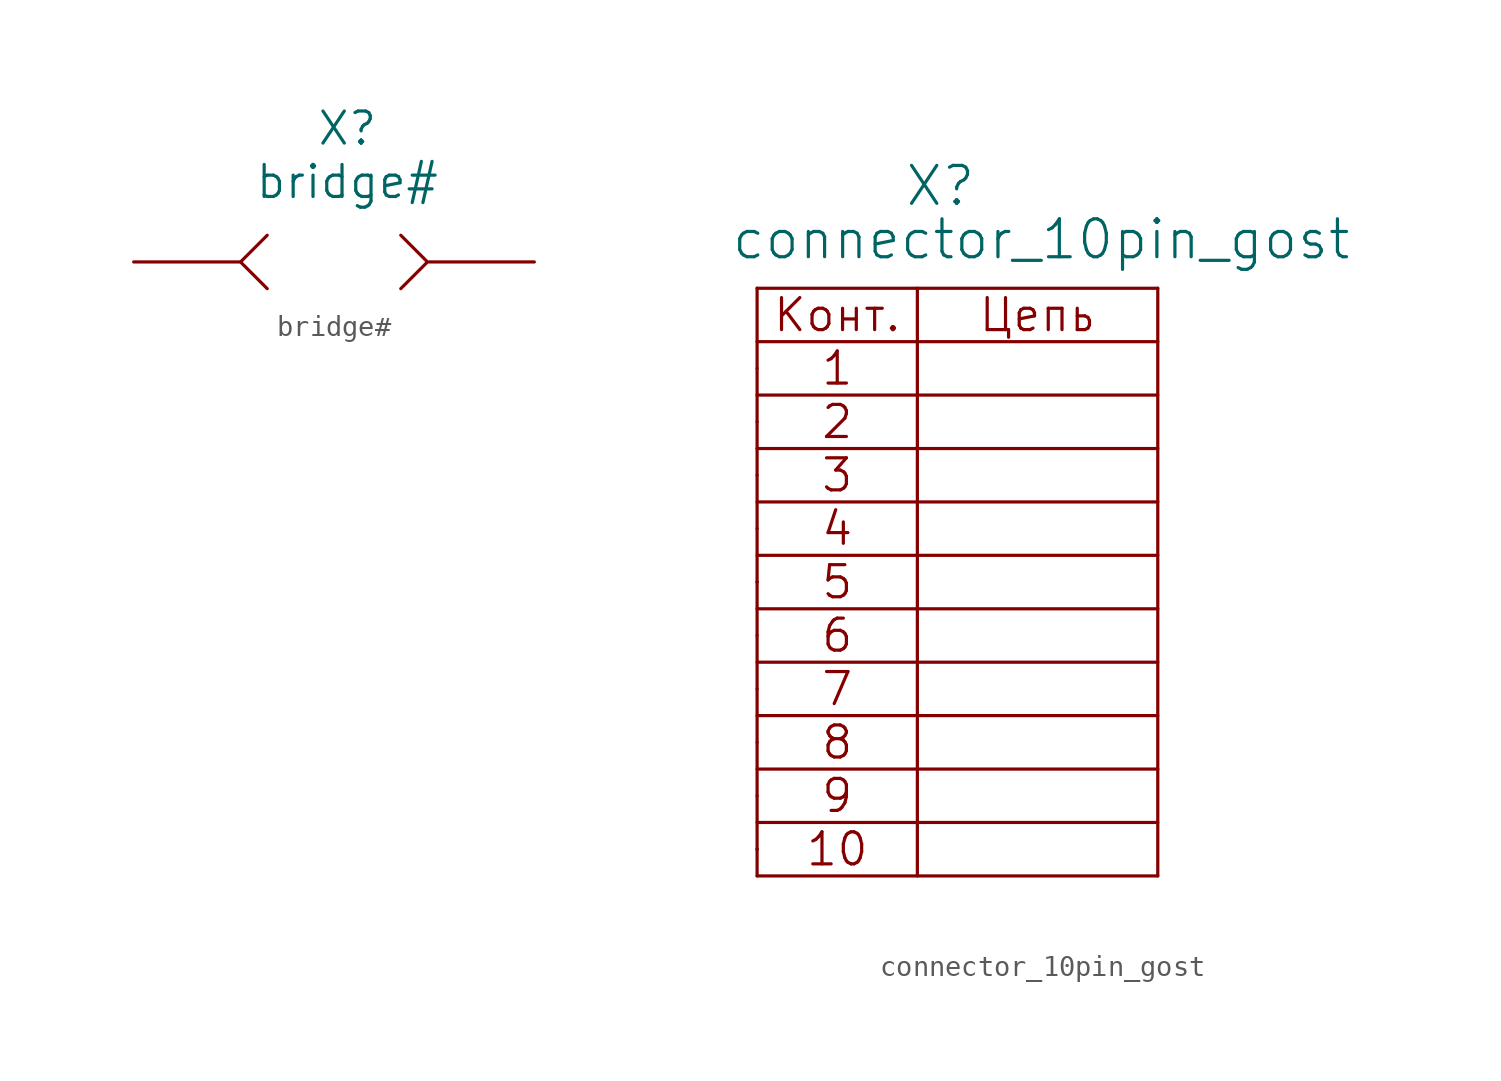
<source format=kicad_sym>
(kicad_symbol_lib
  (version 20211014)
  (generator kicad_symbol_editor)
  (symbol "bridge#"
    (pin_numbers hide)
    (pin_names
      (offset 1.016))
    (property "Reference" "X"
      (at 10.16 6.35 0)
      (effects (font (size 1.524 1.524))))
    (property "Value" "bridge#"
      (at 10.16 3.81 0)
      (effects (font (size 1.524 1.524))))
    (property "Footprint" ""
      (at 0 0 0)
      (effects (font (size 1.524 1.524))))
    (property "Datasheet" ""
      (at 0 0 0)
      (effects (font (size 1.524 1.524))))
    (symbol "bridge#_0_1"
      (polyline (pts (xy 5.08 0) (xy 6.35 -1.27)) (stroke (width 0) (type default) (color 0 0 0 0)) (fill (type none)))
      (polyline (pts (xy 5.08 0) (xy 6.35 1.27) (xy 6.35 1.27)) (stroke (width 0) (type default) (color 0 0 0 0)) (fill (type none)))
      (polyline (pts (xy 12.7 1.27) (xy 13.97 0) (xy 12.7 -1.27)) (stroke (width 0) (type default) (color 0 0 0 0)) (fill (type none))))
    (symbol "bridge#_1_1"
      (pin passive line (at 0 0 0) (length 5.004) (name "~" (effects (font (size 1.27 1.27)))) (number "1" (effects (font (size 1.27 1.27)))))
      (pin passive line (at 19.05 0 180) (length 5.004) (name "~" (effects (font (size 1.27 1.27)))) (number "2" (effects (font (size 1.27 1.27)))))))
  (symbol "connector_10pin_gost"
    (pin_numbers hide)
    (pin_names
      (offset 1.016) hide)
    (property "Reference" "X"
      (at 6.985 7.62 0)
      (effects (font (size 1.803 1.803)) (justify left bottom)))
    (property "Value" "connector_10pin_gost"
      (at -1.27 5.08 0)
      (effects (font (size 1.803 1.803)) (justify left bottom)))
    (property "Datasheet" ""
      (at 0 0 0)
      (effects (font (size 1.524 1.524))))
    (symbol "connector_10pin_gost_0_0"
      (polyline (pts (xy 0 -24.13) (xy 19.05 -24.13)) (stroke (width 0) (type default) (color 0 0 0 0)) (fill (type none)))
      (polyline (pts (xy 0 -22.86) (xy 0 -22.86)) (stroke (width 0) (type default) (color 0 0 0 0)) (fill (type none)))
      (polyline (pts (xy 0 -21.59) (xy 19.05 -21.59)) (stroke (width 0) (type default) (color 0 0 0 0)) (fill (type none)))
      (polyline (pts (xy 0 -19.05) (xy 19.05 -19.05)) (stroke (width 0) (type default) (color 0 0 0 0)) (fill (type none)))
      (polyline (pts (xy 0 -16.51) (xy 19.05 -16.51)) (stroke (width 0) (type default) (color 0 0 0 0)) (fill (type none)))
      (polyline (pts (xy 0 -11.43) (xy 19.05 -11.43)) (stroke (width 0) (type default) (color 0 0 0 0)) (fill (type none)))
      (polyline (pts (xy 0 -10.16) (xy 0 -10.16)) (stroke (width 0) (type default) (color 0 0 0 0)) (fill (type none)))
      (polyline (pts (xy 0 -8.89) (xy 19.05 -8.89)) (stroke (width 0) (type default) (color 0 0 0 0)) (fill (type none)))
      (polyline (pts (xy 0 -6.35) (xy 19.05 -6.35)) (stroke (width 0) (type default) (color 0 0 0 0)) (fill (type none)))
      (polyline (pts (xy 0 -3.81) (xy 19.05 -3.81)) (stroke (width 0) (type default) (color 0 0 0 0)) (fill (type none)))
      (polyline (pts (xy 0 1.27) (xy 19.05 1.27)) (stroke (width 0) (type default) (color 0 0 0 0)) (fill (type none)))
      (polyline (pts (xy 19.05 -13.97) (xy 0 -13.97)) (stroke (width 0) (type default) (color 0 0 0 0)) (fill (type none)))
      (polyline (pts (xy 19.05 -1.27) (xy 0 -1.27)) (stroke (width 0) (type default) (color 0 0 0 0)) (fill (type none)))
      (text "1" (at 3.81 0 0) (effects (font (size 1.524 1.524))))
      (text "10" (at 3.81 -22.86 0) (effects (font (size 1.524 1.524))))
      (text "2" (at 3.81 -2.54 0) (effects (font (size 1.524 1.524))))
      (text "3" (at 3.81 -5.08 0) (effects (font (size 1.524 1.524))))
      (text "4" (at 3.81 -7.62 0) (effects (font (size 1.524 1.524))))
      (text "5" (at 3.81 -10.16 0) (effects (font (size 1.524 1.524))))
      (text "6" (at 3.81 -12.7 0) (effects (font (size 1.524 1.524))))
      (text "7" (at 3.81 -15.24 0) (effects (font (size 1.524 1.524))))
      (text "8" (at 3.81 -17.78 0) (effects (font (size 1.524 1.524))))
      (text "9" (at 3.81 -20.32 0) (effects (font (size 1.524 1.524))))
      (text "Конт." (at 3.81 2.54 0) (effects (font (size 1.524 1.524))))
      (text "Цепь" (at 13.335 2.54 0) (effects (font (size 1.524 1.524)))))
    (symbol "connector_10pin_gost_0_1"
      (polyline (pts (xy 0 3.81) (xy 0 -24.13)) (stroke (width 0) (type default) (color 0 0 0 0)) (fill (type none)))
      (polyline (pts (xy 0 3.81) (xy 19.05 3.81)) (stroke (width 0) (type default) (color 0 0 0 0)) (fill (type none)))
      (polyline (pts (xy 7.62 3.81) (xy 7.62 -24.13)) (stroke (width 0) (type default) (color 0 0 0 0)) (fill (type none)))
      (polyline (pts (xy 19.05 3.81) (xy 19.05 -24.13)) (stroke (width 0) (type default) (color 0 0 0 0)) (fill (type none))))
    (symbol "connector_10pin_gost_1_1"
      (pin passive line (at 0 0 0) (length 0) (name "~" (effects (font (size 1.549 1.549)))) (number "1" (effects (font (size 1.549 1.549)))))
      (pin passive line (at 0 -22.86 0) (length 0) (name "~" (effects (font (size 1.549 1.549)))) (number "10" (effects (font (size 1.549 1.549)))))
      (pin passive line (at 0 -2.54 0) (length 0) (name "~" (effects (font (size 1.549 1.549)))) (number "2" (effects (font (size 1.549 1.549)))))
      (pin passive line (at 0 -5.08 0) (length 0) (name "~" (effects (font (size 1.549 1.549)))) (number "3" (effects (font (size 1.549 1.549)))))
      (pin passive line (at 0 -7.62 0) (length 0) (name "~" (effects (font (size 1.549 1.549)))) (number "4" (effects (font (size 1.549 1.549)))))
      (pin passive line (at 0 -10.16 0) (length 0) (name "~" (effects (font (size 1.549 1.549)))) (number "5" (effects (font (size 1.549 1.549)))))
      (pin passive line (at 0 -12.7 0) (length 0) (name "~" (effects (font (size 1.549 1.549)))) (number "6" (effects (font (size 1.549 1.549)))))
      (pin passive line (at 0 -15.24 0) (length 0) (name "~" (effects (font (size 1.549 1.549)))) (number "7" (effects (font (size 1.549 1.549)))))
      (pin passive line (at 0 -17.78 0) (length 0) (name "~" (effects (font (size 1.549 1.549)))) (number "8" (effects (font (size 1.549 1.549)))))
      (pin passive line (at 0 -20.32 0) (length 0) (name "~" (effects (font (size 1.549 1.549)))) (number "9" (effects (font (size 1.549 1.549))))))))
</source>
